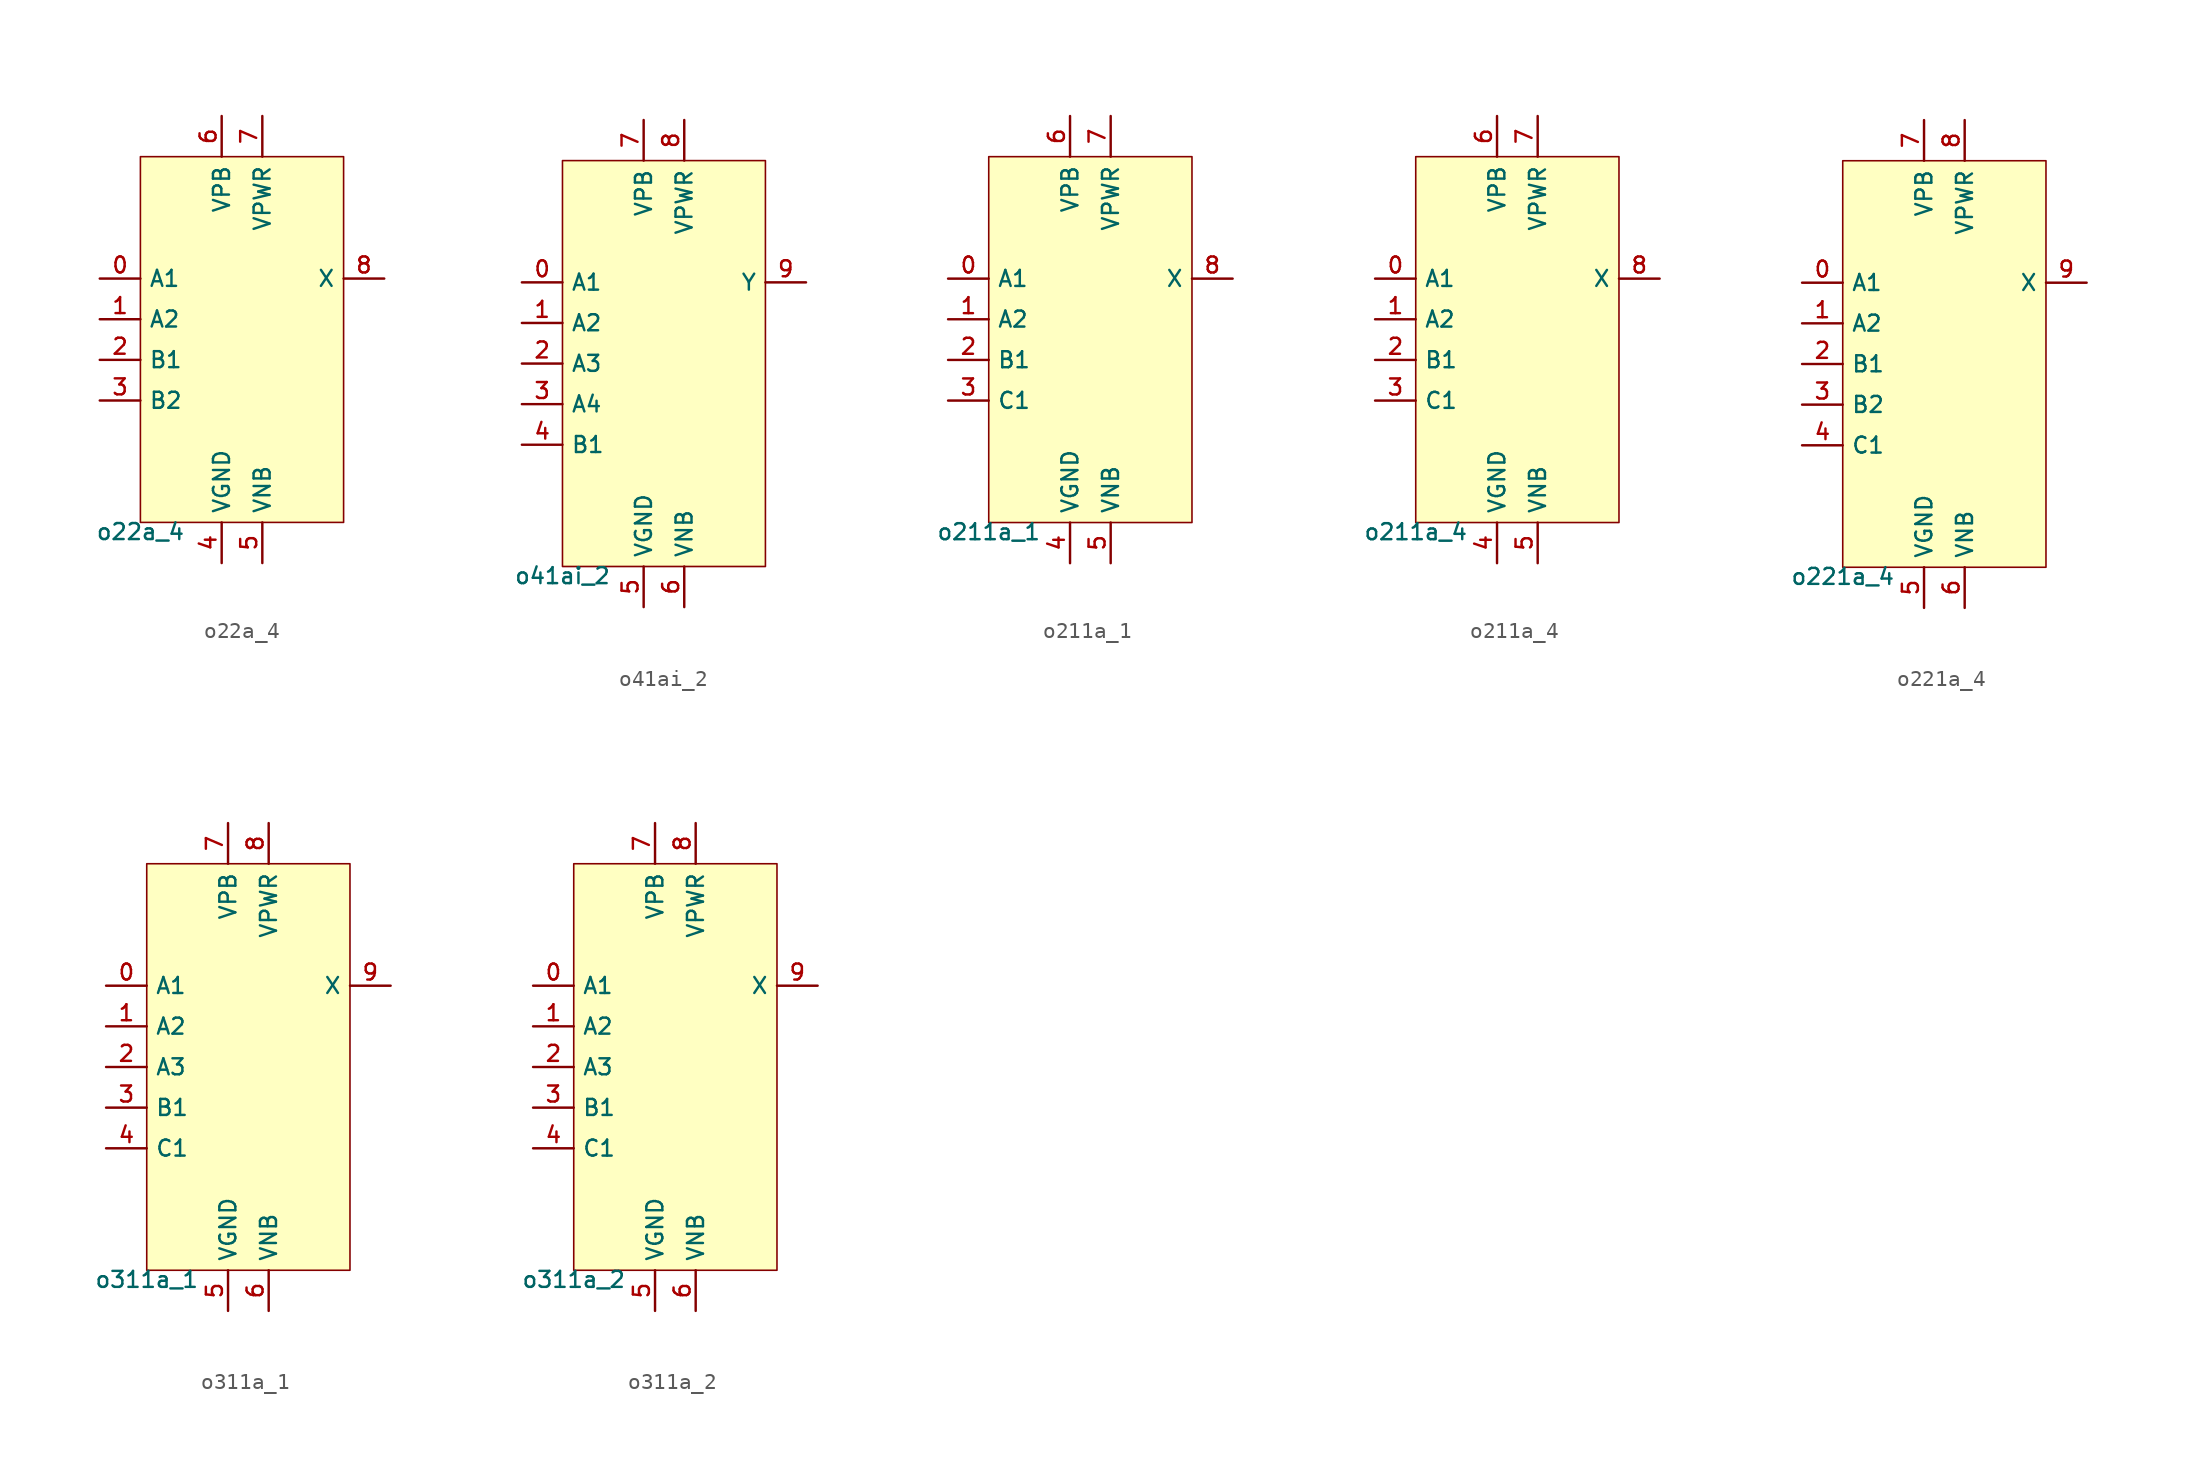
<source format=kicad_sym>
(kicad_symbol_lib
  (version 20211014)
  (generator lef2kicad_sym)
  (symbol "o22a_4"
    (property "Reference" "CELL"
      (at 0 0 0)
      (effects (font (size 1 1)) hide))
    (property "Value" "o22a_4"
      (at -6.35 -11.43 0)
      (effects (font (size 1 1)) (justify top)))
    (rectangle
      (start -6.35 -11.43)
      (end 6.35 11.43)
      (stroke (width 0.1) (type solid) (color 0 0 0 0))
      (fill (type background)))
    (pin input line
      (at -8.89 3.81 0)
      (length 2.54)
      (name "A1" (effects (font (size 1 1)) hide))
      (number "0" (effects (font (size 1 1)) hide)))
    (pin input line
      (at -8.89 1.27 0)
      (length 2.54)
      (name "A2" (effects (font (size 1 1)) hide))
      (number "1" (effects (font (size 1 1)) hide)))
    (pin input line
      (at -8.89 -1.27 0)
      (length 2.54)
      (name "B1" (effects (font (size 1 1)) hide))
      (number "2" (effects (font (size 1 1)) hide)))
    (pin input line
      (at -8.89 -3.81 0)
      (length 2.54)
      (name "B2" (effects (font (size 1 1)) hide))
      (number "3" (effects (font (size 1 1)) hide)))
    (pin power_in line
      (at -1.27 -13.97 90)
      (length 2.54)
      (name "VGND" (effects (font (size 1 1)) hide))
      (number "4" (effects (font (size 1 1)) hide)))
    (pin power_in line
      (at 1.27 -13.97 90)
      (length 2.54)
      (name "VNB" (effects (font (size 1 1)) hide))
      (number "5" (effects (font (size 1 1)) hide)))
    (pin power_in line
      (at -1.27 13.97 270)
      (length 2.54)
      (name "VPB" (effects (font (size 1 1)) hide))
      (number "6" (effects (font (size 1 1)) hide)))
    (pin power_in line
      (at 1.27 13.97 270)
      (length 2.54)
      (name "VPWR" (effects (font (size 1 1)) hide))
      (number "7" (effects (font (size 1 1)) hide)))
    (pin output line
      (at 8.89 3.81 180)
      (length 2.54)
      (name "X" (effects (font (size 1 1)) hide))
      (number "8" (effects (font (size 1 1)) hide))))
  (symbol "o41ai_2"
    (property "Reference" "CELL"
      (at 0 0 0)
      (effects (font (size 1 1)) hide))
    (property "Value" "o41ai_2"
      (at -6.35 -12.7 0)
      (effects (font (size 1 1)) (justify top)))
    (rectangle
      (start -6.35 -12.7)
      (end 6.35 12.7)
      (stroke (width 0.1) (type solid) (color 0 0 0 0))
      (fill (type background)))
    (pin input line
      (at -8.89 5.08 0)
      (length 2.54)
      (name "A1" (effects (font (size 1 1)) hide))
      (number "0" (effects (font (size 1 1)) hide)))
    (pin input line
      (at -8.89 2.54 0)
      (length 2.54)
      (name "A2" (effects (font (size 1 1)) hide))
      (number "1" (effects (font (size 1 1)) hide)))
    (pin input line
      (at -8.89 -8.881784197001252e-16 0)
      (length 2.54)
      (name "A3" (effects (font (size 1 1)) hide))
      (number "2" (effects (font (size 1 1)) hide)))
    (pin input line
      (at -8.89 -2.54 0)
      (length 2.54)
      (name "A4" (effects (font (size 1 1)) hide))
      (number "3" (effects (font (size 1 1)) hide)))
    (pin input line
      (at -8.89 -5.08 0)
      (length 2.54)
      (name "B1" (effects (font (size 1 1)) hide))
      (number "4" (effects (font (size 1 1)) hide)))
    (pin power_in line
      (at -1.27 -15.24 90)
      (length 2.54)
      (name "VGND" (effects (font (size 1 1)) hide))
      (number "5" (effects (font (size 1 1)) hide)))
    (pin power_in line
      (at 1.27 -15.24 90)
      (length 2.54)
      (name "VNB" (effects (font (size 1 1)) hide))
      (number "6" (effects (font (size 1 1)) hide)))
    (pin power_in line
      (at -1.27 15.24 270)
      (length 2.54)
      (name "VPB" (effects (font (size 1 1)) hide))
      (number "7" (effects (font (size 1 1)) hide)))
    (pin power_in line
      (at 1.27 15.24 270)
      (length 2.54)
      (name "VPWR" (effects (font (size 1 1)) hide))
      (number "8" (effects (font (size 1 1)) hide)))
    (pin output line
      (at 8.89 5.08 180)
      (length 2.54)
      (name "Y" (effects (font (size 1 1)) hide))
      (number "9" (effects (font (size 1 1)) hide))))
  (symbol "o211a_1"
    (property "Reference" "CELL"
      (at 0 0 0)
      (effects (font (size 1 1)) hide))
    (property "Value" "o211a_1"
      (at -6.35 -11.43 0)
      (effects (font (size 1 1)) (justify top)))
    (rectangle
      (start -6.35 -11.43)
      (end 6.35 11.43)
      (stroke (width 0.1) (type solid) (color 0 0 0 0))
      (fill (type background)))
    (pin input line
      (at -8.89 3.81 0)
      (length 2.54)
      (name "A1" (effects (font (size 1 1)) hide))
      (number "0" (effects (font (size 1 1)) hide)))
    (pin input line
      (at -8.89 1.27 0)
      (length 2.54)
      (name "A2" (effects (font (size 1 1)) hide))
      (number "1" (effects (font (size 1 1)) hide)))
    (pin input line
      (at -8.89 -1.27 0)
      (length 2.54)
      (name "B1" (effects (font (size 1 1)) hide))
      (number "2" (effects (font (size 1 1)) hide)))
    (pin input line
      (at -8.89 -3.81 0)
      (length 2.54)
      (name "C1" (effects (font (size 1 1)) hide))
      (number "3" (effects (font (size 1 1)) hide)))
    (pin power_in line
      (at -1.27 -13.97 90)
      (length 2.54)
      (name "VGND" (effects (font (size 1 1)) hide))
      (number "4" (effects (font (size 1 1)) hide)))
    (pin power_in line
      (at 1.27 -13.97 90)
      (length 2.54)
      (name "VNB" (effects (font (size 1 1)) hide))
      (number "5" (effects (font (size 1 1)) hide)))
    (pin power_in line
      (at -1.27 13.97 270)
      (length 2.54)
      (name "VPB" (effects (font (size 1 1)) hide))
      (number "6" (effects (font (size 1 1)) hide)))
    (pin power_in line
      (at 1.27 13.97 270)
      (length 2.54)
      (name "VPWR" (effects (font (size 1 1)) hide))
      (number "7" (effects (font (size 1 1)) hide)))
    (pin output line
      (at 8.89 3.81 180)
      (length 2.54)
      (name "X" (effects (font (size 1 1)) hide))
      (number "8" (effects (font (size 1 1)) hide))))
  (symbol "o211a_4"
    (property "Reference" "CELL"
      (at 0 0 0)
      (effects (font (size 1 1)) hide))
    (property "Value" "o211a_4"
      (at -6.35 -11.43 0)
      (effects (font (size 1 1)) (justify top)))
    (rectangle
      (start -6.35 -11.43)
      (end 6.35 11.43)
      (stroke (width 0.1) (type solid) (color 0 0 0 0))
      (fill (type background)))
    (pin input line
      (at -8.89 3.81 0)
      (length 2.54)
      (name "A1" (effects (font (size 1 1)) hide))
      (number "0" (effects (font (size 1 1)) hide)))
    (pin input line
      (at -8.89 1.27 0)
      (length 2.54)
      (name "A2" (effects (font (size 1 1)) hide))
      (number "1" (effects (font (size 1 1)) hide)))
    (pin input line
      (at -8.89 -1.27 0)
      (length 2.54)
      (name "B1" (effects (font (size 1 1)) hide))
      (number "2" (effects (font (size 1 1)) hide)))
    (pin input line
      (at -8.89 -3.81 0)
      (length 2.54)
      (name "C1" (effects (font (size 1 1)) hide))
      (number "3" (effects (font (size 1 1)) hide)))
    (pin power_in line
      (at -1.27 -13.97 90)
      (length 2.54)
      (name "VGND" (effects (font (size 1 1)) hide))
      (number "4" (effects (font (size 1 1)) hide)))
    (pin power_in line
      (at 1.27 -13.97 90)
      (length 2.54)
      (name "VNB" (effects (font (size 1 1)) hide))
      (number "5" (effects (font (size 1 1)) hide)))
    (pin power_in line
      (at -1.27 13.97 270)
      (length 2.54)
      (name "VPB" (effects (font (size 1 1)) hide))
      (number "6" (effects (font (size 1 1)) hide)))
    (pin power_in line
      (at 1.27 13.97 270)
      (length 2.54)
      (name "VPWR" (effects (font (size 1 1)) hide))
      (number "7" (effects (font (size 1 1)) hide)))
    (pin output line
      (at 8.89 3.81 180)
      (length 2.54)
      (name "X" (effects (font (size 1 1)) hide))
      (number "8" (effects (font (size 1 1)) hide))))
  (symbol "o221a_4"
    (property "Reference" "CELL"
      (at 0 0 0)
      (effects (font (size 1 1)) hide))
    (property "Value" "o221a_4"
      (at -6.35 -12.7 0)
      (effects (font (size 1 1)) (justify top)))
    (rectangle
      (start -6.35 -12.7)
      (end 6.35 12.7)
      (stroke (width 0.1) (type solid) (color 0 0 0 0))
      (fill (type background)))
    (pin input line
      (at -8.89 5.08 0)
      (length 2.54)
      (name "A1" (effects (font (size 1 1)) hide))
      (number "0" (effects (font (size 1 1)) hide)))
    (pin input line
      (at -8.89 2.54 0)
      (length 2.54)
      (name "A2" (effects (font (size 1 1)) hide))
      (number "1" (effects (font (size 1 1)) hide)))
    (pin input line
      (at -8.89 -8.881784197001252e-16 0)
      (length 2.54)
      (name "B1" (effects (font (size 1 1)) hide))
      (number "2" (effects (font (size 1 1)) hide)))
    (pin input line
      (at -8.89 -2.54 0)
      (length 2.54)
      (name "B2" (effects (font (size 1 1)) hide))
      (number "3" (effects (font (size 1 1)) hide)))
    (pin input line
      (at -8.89 -5.08 0)
      (length 2.54)
      (name "C1" (effects (font (size 1 1)) hide))
      (number "4" (effects (font (size 1 1)) hide)))
    (pin power_in line
      (at -1.27 -15.24 90)
      (length 2.54)
      (name "VGND" (effects (font (size 1 1)) hide))
      (number "5" (effects (font (size 1 1)) hide)))
    (pin power_in line
      (at 1.27 -15.24 90)
      (length 2.54)
      (name "VNB" (effects (font (size 1 1)) hide))
      (number "6" (effects (font (size 1 1)) hide)))
    (pin power_in line
      (at -1.27 15.24 270)
      (length 2.54)
      (name "VPB" (effects (font (size 1 1)) hide))
      (number "7" (effects (font (size 1 1)) hide)))
    (pin power_in line
      (at 1.27 15.24 270)
      (length 2.54)
      (name "VPWR" (effects (font (size 1 1)) hide))
      (number "8" (effects (font (size 1 1)) hide)))
    (pin output line
      (at 8.89 5.08 180)
      (length 2.54)
      (name "X" (effects (font (size 1 1)) hide))
      (number "9" (effects (font (size 1 1)) hide))))
  (symbol "o311a_1"
    (property "Reference" "CELL"
      (at 0 0 0)
      (effects (font (size 1 1)) hide))
    (property "Value" "o311a_1"
      (at -6.35 -12.7 0)
      (effects (font (size 1 1)) (justify top)))
    (rectangle
      (start -6.35 -12.7)
      (end 6.35 12.7)
      (stroke (width 0.1) (type solid) (color 0 0 0 0))
      (fill (type background)))
    (pin input line
      (at -8.89 5.08 0)
      (length 2.54)
      (name "A1" (effects (font (size 1 1)) hide))
      (number "0" (effects (font (size 1 1)) hide)))
    (pin input line
      (at -8.89 2.54 0)
      (length 2.54)
      (name "A2" (effects (font (size 1 1)) hide))
      (number "1" (effects (font (size 1 1)) hide)))
    (pin input line
      (at -8.89 -8.881784197001252e-16 0)
      (length 2.54)
      (name "A3" (effects (font (size 1 1)) hide))
      (number "2" (effects (font (size 1 1)) hide)))
    (pin input line
      (at -8.89 -2.54 0)
      (length 2.54)
      (name "B1" (effects (font (size 1 1)) hide))
      (number "3" (effects (font (size 1 1)) hide)))
    (pin input line
      (at -8.89 -5.08 0)
      (length 2.54)
      (name "C1" (effects (font (size 1 1)) hide))
      (number "4" (effects (font (size 1 1)) hide)))
    (pin power_in line
      (at -1.27 -15.24 90)
      (length 2.54)
      (name "VGND" (effects (font (size 1 1)) hide))
      (number "5" (effects (font (size 1 1)) hide)))
    (pin power_in line
      (at 1.27 -15.24 90)
      (length 2.54)
      (name "VNB" (effects (font (size 1 1)) hide))
      (number "6" (effects (font (size 1 1)) hide)))
    (pin power_in line
      (at -1.27 15.24 270)
      (length 2.54)
      (name "VPB" (effects (font (size 1 1)) hide))
      (number "7" (effects (font (size 1 1)) hide)))
    (pin power_in line
      (at 1.27 15.24 270)
      (length 2.54)
      (name "VPWR" (effects (font (size 1 1)) hide))
      (number "8" (effects (font (size 1 1)) hide)))
    (pin output line
      (at 8.89 5.08 180)
      (length 2.54)
      (name "X" (effects (font (size 1 1)) hide))
      (number "9" (effects (font (size 1 1)) hide))))
  (symbol "o311a_2"
    (property "Reference" "CELL"
      (at 0 0 0)
      (effects (font (size 1 1)) hide))
    (property "Value" "o311a_2"
      (at -6.35 -12.7 0)
      (effects (font (size 1 1)) (justify top)))
    (rectangle
      (start -6.35 -12.7)
      (end 6.35 12.7)
      (stroke (width 0.1) (type solid) (color 0 0 0 0))
      (fill (type background)))
    (pin input line
      (at -8.89 5.08 0)
      (length 2.54)
      (name "A1" (effects (font (size 1 1)) hide))
      (number "0" (effects (font (size 1 1)) hide)))
    (pin input line
      (at -8.89 2.54 0)
      (length 2.54)
      (name "A2" (effects (font (size 1 1)) hide))
      (number "1" (effects (font (size 1 1)) hide)))
    (pin input line
      (at -8.89 -8.881784197001252e-16 0)
      (length 2.54)
      (name "A3" (effects (font (size 1 1)) hide))
      (number "2" (effects (font (size 1 1)) hide)))
    (pin input line
      (at -8.89 -2.54 0)
      (length 2.54)
      (name "B1" (effects (font (size 1 1)) hide))
      (number "3" (effects (font (size 1 1)) hide)))
    (pin input line
      (at -8.89 -5.08 0)
      (length 2.54)
      (name "C1" (effects (font (size 1 1)) hide))
      (number "4" (effects (font (size 1 1)) hide)))
    (pin power_in line
      (at -1.27 -15.24 90)
      (length 2.54)
      (name "VGND" (effects (font (size 1 1)) hide))
      (number "5" (effects (font (size 1 1)) hide)))
    (pin power_in line
      (at 1.27 -15.24 90)
      (length 2.54)
      (name "VNB" (effects (font (size 1 1)) hide))
      (number "6" (effects (font (size 1 1)) hide)))
    (pin power_in line
      (at -1.27 15.24 270)
      (length 2.54)
      (name "VPB" (effects (font (size 1 1)) hide))
      (number "7" (effects (font (size 1 1)) hide)))
    (pin power_in line
      (at 1.27 15.24 270)
      (length 2.54)
      (name "VPWR" (effects (font (size 1 1)) hide))
      (number "8" (effects (font (size 1 1)) hide)))
    (pin output line
      (at 8.89 5.08 180)
      (length 2.54)
      (name "X" (effects (font (size 1 1)) hide))
      (number "9" (effects (font (size 1 1)) hide)))))
</source>
